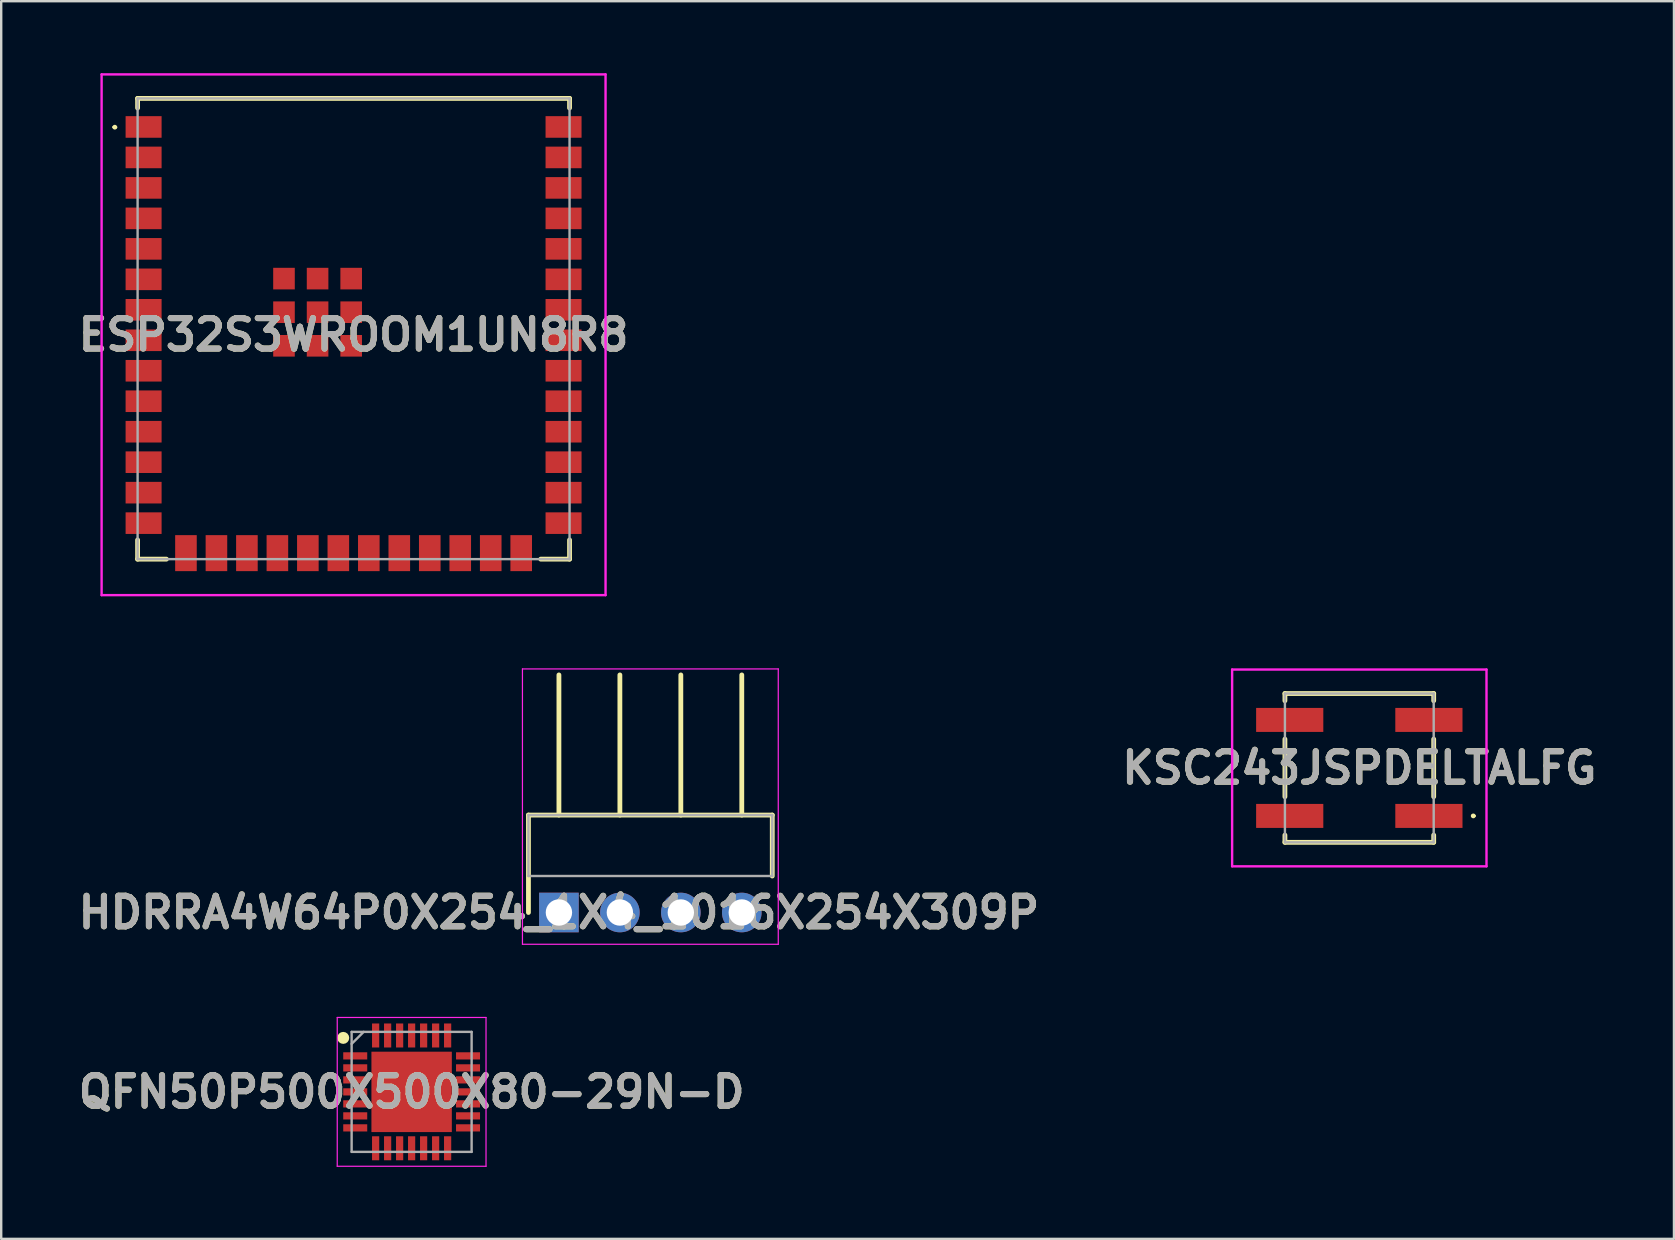
<source format=kicad_pcb>
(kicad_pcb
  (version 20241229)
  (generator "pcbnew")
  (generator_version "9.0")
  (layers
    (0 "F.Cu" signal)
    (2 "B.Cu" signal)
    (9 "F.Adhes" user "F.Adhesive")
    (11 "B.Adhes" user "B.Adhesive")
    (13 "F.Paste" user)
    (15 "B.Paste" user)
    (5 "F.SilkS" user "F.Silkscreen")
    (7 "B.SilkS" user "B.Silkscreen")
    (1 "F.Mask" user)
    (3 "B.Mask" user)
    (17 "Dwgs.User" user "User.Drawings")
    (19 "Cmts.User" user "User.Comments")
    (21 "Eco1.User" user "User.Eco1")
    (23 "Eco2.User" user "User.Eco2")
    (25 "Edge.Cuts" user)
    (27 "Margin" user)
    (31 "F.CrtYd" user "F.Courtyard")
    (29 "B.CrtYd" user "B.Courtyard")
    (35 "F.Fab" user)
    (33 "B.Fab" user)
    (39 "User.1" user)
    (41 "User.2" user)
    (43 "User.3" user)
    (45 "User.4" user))
  (footprint "KSC243JSPDELTALFG"
    (layer "F.Cu")
    (at 53.594 28.95)
    (property "Reference" "KSC243JSPDELTALFG" (at 0 0 0) (layer "F.SilkS") (effects (font (size 1.27 1.27) (thickness 0.254))))
    (attr smd)
    (fp_line (start -3.1 -3.1) (end -3.1 -2.8) (stroke (width 0.2) (type solid)) (layer "F.SilkS"))
    (fp_line (start -3.1 -1.2) (end -3.1 1.2) (stroke (width 0.2) (type solid)) (layer "F.SilkS"))
    (fp_line (start -3.1 2.8) (end -3.1 3.1) (stroke (width 0.2) (type solid)) (layer "F.SilkS"))
    (fp_line (start -3.1 3.1) (end 3.1 3.1) (stroke (width 0.2) (type solid)) (layer "F.SilkS"))
    (fp_line (start 3.1 -3.1) (end -3.1 -3.1) (stroke (width 0.2) (type solid)) (layer "F.SilkS"))
    (fp_line (start 3.1 -2.8) (end 3.1 -3.1) (stroke (width 0.2) (type solid)) (layer "F.SilkS"))
    (fp_line (start 3.1 1.2) (end 3.1 -1.2) (stroke (width 0.2) (type solid)) (layer "F.SilkS"))
    (fp_line (start 3.1 3.1) (end 3.1 2.8) (stroke (width 0.2) (type solid)) (layer "F.SilkS"))
    (fp_line (start 4.7 2) (end 4.7 2) (stroke (width 0.1) (type solid)) (layer "F.SilkS"))
    (fp_line (start 4.8 2) (end 4.8 2) (stroke (width 0.1) (type solid)) (layer "F.SilkS"))
    (fp_arc (start 4.7 2) (mid 4.75 1.95) (end 4.8 2) (stroke (width 0.1) (type solid)) (layer "F.SilkS"))
    (fp_arc (start 4.8 2) (mid 4.75 2.05) (end 4.7 2) (stroke (width 0.1) (type solid)) (layer "F.SilkS"))
    (fp_line (start -5.3 -4.1) (end 5.3 -4.1) (stroke (width 0.1) (type solid)) (layer "F.CrtYd"))
    (fp_line (start -5.3 4.1) (end -5.3 -4.1) (stroke (width 0.1) (type solid)) (layer "F.CrtYd"))
    (fp_line (start 5.3 -4.1) (end 5.3 4.1) (stroke (width 0.1) (type solid)) (layer "F.CrtYd"))
    (fp_line (start 5.3 4.1) (end -5.3 4.1) (stroke (width 0.1) (type solid)) (layer "F.CrtYd"))
    (fp_line (start -3.1 -3.1) (end -3.1 3.1) (stroke (width 0.1) (type solid)) (layer "F.Fab"))
    (fp_line (start -3.1 3.1) (end 3.1 3.1) (stroke (width 0.1) (type solid)) (layer "F.Fab"))
    (fp_line (start 3.1 -3.1) (end -3.1 -3.1) (stroke (width 0.1) (type solid)) (layer "F.Fab"))
    (fp_line (start 3.1 3.1) (end 3.1 -3.1) (stroke (width 0.1) (type solid)) (layer "F.Fab"))
    (fp_text user "${REFERENCE}" (at 0 0 0) (layer "F.Fab") (effects (font (size 1.27 1.27) (thickness 0.254))))
    (pad "1" smd rect (at 2.9 2 90) (size 1 2.8) (layers "F.Cu" "F.Mask" "F.Paste"))
    (pad "2" smd rect (at 2.9 -2 90) (size 1 2.8) (layers "F.Cu" "F.Mask" "F.Paste"))
    (pad "3" smd rect (at -2.9 -2 90) (size 1 2.8) (layers "F.Cu" "F.Mask" "F.Paste"))
    (pad "4" smd rect (at -2.9 2 90) (size 1 2.8) (layers "F.Cu" "F.Mask" "F.Paste")))
  (footprint "ESP32S3WROOM1UN8R8"
    (layer "F.Cu")
    (at 11.684 10.65)
    (property "Reference" "ESP32S3WROOM1UN8R8" (at 0 0.25 0) (layer "F.SilkS") (effects (font (size 1.27 1.27) (thickness 0.254))))
    (attr smd)
    (fp_line (start -10 -8.4) (end -10 -8.4) (stroke (width 0.1) (type solid)) (layer "F.SilkS"))
    (fp_line (start -9.9 -8.4) (end -9.9 -8.4) (stroke (width 0.1) (type solid)) (layer "F.SilkS"))
    (fp_line (start -9 -9.6) (end 9 -9.6) (stroke (width 0.2) (type solid)) (layer "F.SilkS"))
    (fp_line (start -9 -9.2) (end -9 -9.6) (stroke (width 0.2) (type solid)) (layer "F.SilkS"))
    (fp_line (start -9 8.8) (end -9 9.6) (stroke (width 0.2) (type solid)) (layer "F.SilkS"))
    (fp_line (start -9 9.6) (end -7.8 9.6) (stroke (width 0.2) (type solid)) (layer "F.SilkS"))
    (fp_line (start 7.8 9.6) (end 9 9.6) (stroke (width 0.2) (type solid)) (layer "F.SilkS"))
    (fp_line (start 9 -9.6) (end 9 -9.2) (stroke (width 0.2) (type solid)) (layer "F.SilkS"))
    (fp_line (start 9 9.6) (end 9 8.8) (stroke (width 0.2) (type solid)) (layer "F.SilkS"))
    (fp_arc (start -10 -8.4) (mid -9.95 -8.45) (end -9.9 -8.4) (stroke (width 0.1) (type solid)) (layer "F.SilkS"))
    (fp_arc (start -9.9 -8.4) (mid -9.95 -8.35) (end -10 -8.4) (stroke (width 0.1) (type solid)) (layer "F.SilkS"))
    (fp_line (start -10.5 -10.6) (end 10.5 -10.6) (stroke (width 0.1) (type solid)) (layer "F.CrtYd"))
    (fp_line (start -10.5 11.1) (end -10.5 -10.6) (stroke (width 0.1) (type solid)) (layer "F.CrtYd"))
    (fp_line (start 10.5 -10.6) (end 10.5 11.1) (stroke (width 0.1) (type solid)) (layer "F.CrtYd"))
    (fp_line (start 10.5 11.1) (end -10.5 11.1) (stroke (width 0.1) (type solid)) (layer "F.CrtYd"))
    (fp_line (start -9 -9.6) (end -9 9.6) (stroke (width 0.1) (type solid)) (layer "F.Fab"))
    (fp_line (start -9 9.6) (end 9 9.6) (stroke (width 0.1) (type solid)) (layer "F.Fab"))
    (fp_line (start 9 -9.6) (end -9 -9.6) (stroke (width 0.1) (type solid)) (layer "F.Fab"))
    (fp_line (start 9 9.6) (end 9 -9.6) (stroke (width 0.1) (type solid)) (layer "F.Fab"))
    (fp_text user "${REFERENCE}" (at 0 0.25 0) (layer "F.Fab") (effects (font (size 1.27 1.27) (thickness 0.254))))
    (pad "1" smd rect (at -8.75 -8.41 90) (size 0.9 1.5) (layers "F.Cu" "F.Mask" "F.Paste"))
    (pad "2" smd rect (at -8.75 -7.14 90) (size 0.9 1.5) (layers "F.Cu" "F.Mask" "F.Paste"))
    (pad "3" smd rect (at -8.75 -5.87 90) (size 0.9 1.5) (layers "F.Cu" "F.Mask" "F.Paste"))
    (pad "4" smd rect (at -8.75 -4.6 90) (size 0.9 1.5) (layers "F.Cu" "F.Mask" "F.Paste"))
    (pad "5" smd rect (at -8.75 -3.33 90) (size 0.9 1.5) (layers "F.Cu" "F.Mask" "F.Paste"))
    (pad "6" smd rect (at -8.75 -2.06 90) (size 0.9 1.5) (layers "F.Cu" "F.Mask" "F.Paste"))
    (pad "7" smd rect (at -8.75 -0.79 90) (size 0.9 1.5) (layers "F.Cu" "F.Mask" "F.Paste"))
    (pad "8" smd rect (at -8.75 0.48 90) (size 0.9 1.5) (layers "F.Cu" "F.Mask" "F.Paste"))
    (pad "9" smd rect (at -8.75 1.75 90) (size 0.9 1.5) (layers "F.Cu" "F.Mask" "F.Paste"))
    (pad "10" smd rect (at -8.75 3.02 90) (size 0.9 1.5) (layers "F.Cu" "F.Mask" "F.Paste"))
    (pad "11" smd rect (at -8.75 4.29 90) (size 0.9 1.5) (layers "F.Cu" "F.Mask" "F.Paste"))
    (pad "12" smd rect (at -8.75 5.56 90) (size 0.9 1.5) (layers "F.Cu" "F.Mask" "F.Paste"))
    (pad "13" smd rect (at -8.75 6.83 90) (size 0.9 1.5) (layers "F.Cu" "F.Mask" "F.Paste"))
    (pad "14" smd rect (at -8.75 8.1 90) (size 0.9 1.5) (layers "F.Cu" "F.Mask" "F.Paste"))
    (pad "15" smd rect (at -6.985 9.35) (size 0.9 1.5) (layers "F.Cu" "F.Mask" "F.Paste"))
    (pad "16" smd rect (at -5.715 9.35) (size 0.9 1.5) (layers "F.Cu" "F.Mask" "F.Paste"))
    (pad "17" smd rect (at -4.445 9.35) (size 0.9 1.5) (layers "F.Cu" "F.Mask" "F.Paste"))
    (pad "18" smd rect (at -3.175 9.35) (size 0.9 1.5) (layers "F.Cu" "F.Mask" "F.Paste"))
    (pad "19" smd rect (at -1.905 9.35) (size 0.9 1.5) (layers "F.Cu" "F.Mask" "F.Paste"))
    (pad "20" smd rect (at -0.635 9.35) (size 0.9 1.5) (layers "F.Cu" "F.Mask" "F.Paste"))
    (pad "21" smd rect (at 0.635 9.35) (size 0.9 1.5) (layers "F.Cu" "F.Mask" "F.Paste"))
    (pad "22" smd rect (at 1.905 9.35) (size 0.9 1.5) (layers "F.Cu" "F.Mask" "F.Paste"))
    (pad "23" smd rect (at 3.175 9.35) (size 0.9 1.5) (layers "F.Cu" "F.Mask" "F.Paste"))
    (pad "24" smd rect (at 4.445 9.35) (size 0.9 1.5) (layers "F.Cu" "F.Mask" "F.Paste"))
    (pad "25" smd rect (at 5.715 9.35) (size 0.9 1.5) (layers "F.Cu" "F.Mask" "F.Paste"))
    (pad "26" smd rect (at 6.985 9.35) (size 0.9 1.5) (layers "F.Cu" "F.Mask" "F.Paste"))
    (pad "27" smd rect (at 8.75 8.1 90) (size 0.9 1.5) (layers "F.Cu" "F.Mask" "F.Paste"))
    (pad "28" smd rect (at 8.75 6.83 90) (size 0.9 1.5) (layers "F.Cu" "F.Mask" "F.Paste"))
    (pad "29" smd rect (at 8.75 5.56 90) (size 0.9 1.5) (layers "F.Cu" "F.Mask" "F.Paste"))
    (pad "30" smd rect (at 8.75 4.29 90) (size 0.9 1.5) (layers "F.Cu" "F.Mask" "F.Paste"))
    (pad "31" smd rect (at 8.75 3.02 90) (size 0.9 1.5) (layers "F.Cu" "F.Mask" "F.Paste"))
    (pad "32" smd rect (at 8.75 1.75 90) (size 0.9 1.5) (layers "F.Cu" "F.Mask" "F.Paste"))
    (pad "33" smd rect (at 8.75 0.48 90) (size 0.9 1.5) (layers "F.Cu" "F.Mask" "F.Paste"))
    (pad "34" smd rect (at 8.75 -0.79 90) (size 0.9 1.5) (layers "F.Cu" "F.Mask" "F.Paste"))
    (pad "35" smd rect (at 8.75 -2.06 90) (size 0.9 1.5) (layers "F.Cu" "F.Mask" "F.Paste"))
    (pad "36" smd rect (at 8.75 -3.33 90) (size 0.9 1.5) (layers "F.Cu" "F.Mask" "F.Paste"))
    (pad "37" smd rect (at 8.75 -4.6 90) (size 0.9 1.5) (layers "F.Cu" "F.Mask" "F.Paste"))
    (pad "38" smd rect (at 8.75 -5.87 90) (size 0.9 1.5) (layers "F.Cu" "F.Mask" "F.Paste"))
    (pad "39" smd rect (at 8.75 -7.14 90) (size 0.9 1.5) (layers "F.Cu" "F.Mask" "F.Paste"))
    (pad "40" smd rect (at 8.75 -8.41 90) (size 0.9 1.5) (layers "F.Cu" "F.Mask" "F.Paste"))
    (pad "41" smd rect (at -1.5 -0.69 90) (size 0.9 0.9) (layers "F.Cu" "F.Mask" "F.Paste"))
    (pad "42" smd rect (at -2.9 -2.09 90) (size 0.9 0.9) (layers "F.Cu" "F.Mask" "F.Paste"))
    (pad "43" smd rect (at -2.9 -0.69 90) (size 0.9 0.9) (layers "F.Cu" "F.Mask" "F.Paste"))
    (pad "44" smd rect (at -2.9 0.71 90) (size 0.9 0.9) (layers "F.Cu" "F.Mask" "F.Paste"))
    (pad "45" smd rect (at -1.5 0.71 90) (size 0.9 0.9) (layers "F.Cu" "F.Mask" "F.Paste"))
    (pad "46" smd rect (at -0.1 0.71 90) (size 0.9 0.9) (layers "F.Cu" "F.Mask" "F.Paste"))
    (pad "47" smd rect (at -0.1 -0.69 90) (size 0.9 0.9) (layers "F.Cu" "F.Mask" "F.Paste"))
    (pad "48" smd rect (at -0.1 -2.09 90) (size 0.9 0.9) (layers "F.Cu" "F.Mask" "F.Paste"))
    (pad "49" smd rect (at -1.5 -2.09 90) (size 0.9 0.9) (layers "F.Cu" "F.Mask" "F.Paste")))
  (footprint "HDRRA4W64P0X254_1X4_1016X254X309P"
    (layer "F.Cu")
    (at 20.241 34.975)
    (property "Reference" "HDRRA4W64P0X254_1X4_1016X254X309P" (at 0 0 0) (layer "F.SilkS") (effects (font (size 1.27 1.27) (thickness 0.254))))
    (attr through_hole)
    (fp_line (start -1.27 -4.06) (end 8.89 -4.06) (stroke (width 0.2) (type solid)) (layer "F.SilkS"))
    (fp_line (start -1.27 0) (end -1.27 -4.06) (stroke (width 0.2) (type solid)) (layer "F.SilkS"))
    (fp_line (start 0 -4.06) (end 0 -9.9) (stroke (width 0.2) (type solid)) (layer "F.SilkS"))
    (fp_line (start 2.54 -4.06) (end 2.54 -9.9) (stroke (width 0.2) (type solid)) (layer "F.SilkS"))
    (fp_line (start 5.08 -4.06) (end 5.08 -9.9) (stroke (width 0.2) (type solid)) (layer "F.SilkS"))
    (fp_line (start 7.62 -4.06) (end 7.62 -9.9) (stroke (width 0.2) (type solid)) (layer "F.SilkS"))
    (fp_line (start 8.89 -4.06) (end 8.89 -1.52) (stroke (width 0.2) (type solid)) (layer "F.SilkS"))
    (fp_line (start -1.52 -10.15) (end -1.52 1.325) (stroke (width 0.05) (type solid)) (layer "F.CrtYd"))
    (fp_line (start -1.52 1.325) (end 9.14 1.325) (stroke (width 0.05) (type solid)) (layer "F.CrtYd"))
    (fp_line (start 9.14 -10.15) (end -1.52 -10.15) (stroke (width 0.05) (type solid)) (layer "F.CrtYd"))
    (fp_line (start 9.14 1.325) (end 9.14 -10.15) (stroke (width 0.05) (type solid)) (layer "F.CrtYd"))
    (fp_line (start -1.27 -4.06) (end 8.89 -4.06) (stroke (width 0.1) (type solid)) (layer "F.Fab"))
    (fp_line (start -1.27 -1.52) (end -1.27 -4.06) (stroke (width 0.1) (type solid)) (layer "F.Fab"))
    (fp_line (start 8.89 -4.06) (end 8.89 -1.52) (stroke (width 0.1) (type solid)) (layer "F.Fab"))
    (fp_line (start 8.89 -1.52) (end -1.27 -1.52) (stroke (width 0.1) (type solid)) (layer "F.Fab"))
    (fp_text user "${REFERENCE}" (at 0 0 0) (layer "F.Fab") (effects (font (size 1.27 1.27) (thickness 0.254))))
    (pad "1" thru_hole rect (at 0 0) (size 1.65 1.65) (drill 1.1) (layers "*.Cu" "*.Mask"))
    (pad "2" thru_hole circle (at 2.54 0) (size 1.65 1.65) (drill 1.1) (layers "*.Cu" "*.Mask"))
    (pad "3" thru_hole circle (at 5.08 0) (size 1.65 1.65) (drill 1.1) (layers "*.Cu" "*.Mask"))
    (pad "4" thru_hole circle (at 7.62 0) (size 1.65 1.65) (drill 1.1) (layers "*.Cu" "*.Mask")))
  (footprint "QFN50P500X500X80-29N-D"
    (layer "F.Cu")
    (at 14.103 42.45)
    (property "Reference" "QFN50P500X500X80-29N-D" (at 0 0 0) (layer "F.SilkS") (effects (font (size 1.27 1.27) (thickness 0.254))))
    (attr smd)
    (fp_circle (center -2.85 -2.25) (end -2.85 -2.125) (stroke (width 0.25) (type solid)) (fill no) (layer "F.SilkS"))
    (fp_line (start -3.1 -3.1) (end 3.1 -3.1) (stroke (width 0.05) (type solid)) (layer "F.CrtYd"))
    (fp_line (start -3.1 3.1) (end -3.1 -3.1) (stroke (width 0.05) (type solid)) (layer "F.CrtYd"))
    (fp_line (start 3.1 -3.1) (end 3.1 3.1) (stroke (width 0.05) (type solid)) (layer "F.CrtYd"))
    (fp_line (start 3.1 3.1) (end -3.1 3.1) (stroke (width 0.05) (type solid)) (layer "F.CrtYd"))
    (fp_line (start -2.5 -2.5) (end 2.5 -2.5) (stroke (width 0.1) (type solid)) (layer "F.Fab"))
    (fp_line (start -2.5 -2) (end -2 -2.5) (stroke (width 0.1) (type solid)) (layer "F.Fab"))
    (fp_line (start -2.5 2.5) (end -2.5 -2.5) (stroke (width 0.1) (type solid)) (layer "F.Fab"))
    (fp_line (start 2.5 -2.5) (end 2.5 2.5) (stroke (width 0.1) (type solid)) (layer "F.Fab"))
    (fp_line (start 2.5 2.5) (end -2.5 2.5) (stroke (width 0.1) (type solid)) (layer "F.Fab"))
    (fp_text user "${REFERENCE}" (at 0 0 0) (layer "F.Fab") (effects (font (size 1.27 1.27) (thickness 0.254))))
    (pad "1" smd rect (at -2.35 -1.5 90) (size 0.3 1) (layers "F.Cu" "F.Mask" "F.Paste"))
    (pad "2" smd rect (at -2.35 -1 90) (size 0.3 1) (layers "F.Cu" "F.Mask" "F.Paste"))
    (pad "3" smd rect (at -2.35 -0.5 90) (size 0.3 1) (layers "F.Cu" "F.Mask" "F.Paste"))
    (pad "4" smd rect (at -2.35 0 90) (size 0.3 1) (layers "F.Cu" "F.Mask" "F.Paste"))
    (pad "5" smd rect (at -2.35 0.5 90) (size 0.3 1) (layers "F.Cu" "F.Mask" "F.Paste"))
    (pad "6" smd rect (at -2.35 1 90) (size 0.3 1) (layers "F.Cu" "F.Mask" "F.Paste"))
    (pad "7" smd rect (at -2.35 1.5 90) (size 0.3 1) (layers "F.Cu" "F.Mask" "F.Paste"))
    (pad "8" smd rect (at -1.5 2.35) (size 0.3 1) (layers "F.Cu" "F.Mask" "F.Paste"))
    (pad "9" smd rect (at -1 2.35) (size 0.3 1) (layers "F.Cu" "F.Mask" "F.Paste"))
    (pad "10" smd rect (at -0.5 2.35) (size 0.3 1) (layers "F.Cu" "F.Mask" "F.Paste"))
    (pad "11" smd rect (at 0 2.35) (size 0.3 1) (layers "F.Cu" "F.Mask" "F.Paste"))
    (pad "12" smd rect (at 0.5 2.35) (size 0.3 1) (layers "F.Cu" "F.Mask" "F.Paste"))
    (pad "13" smd rect (at 1 2.35) (size 0.3 1) (layers "F.Cu" "F.Mask" "F.Paste"))
    (pad "14" smd rect (at 1.5 2.35) (size 0.3 1) (layers "F.Cu" "F.Mask" "F.Paste"))
    (pad "15" smd rect (at 2.35 1.5 90) (size 0.3 1) (layers "F.Cu" "F.Mask" "F.Paste"))
    (pad "16" smd rect (at 2.35 1 90) (size 0.3 1) (layers "F.Cu" "F.Mask" "F.Paste"))
    (pad "17" smd rect (at 2.35 0.5 90) (size 0.3 1) (layers "F.Cu" "F.Mask" "F.Paste"))
    (pad "18" smd rect (at 2.35 0 90) (size 0.3 1) (layers "F.Cu" "F.Mask" "F.Paste"))
    (pad "19" smd rect (at 2.35 -0.5 90) (size 0.3 1) (layers "F.Cu" "F.Mask" "F.Paste"))
    (pad "20" smd rect (at 2.35 -1 90) (size 0.3 1) (layers "F.Cu" "F.Mask" "F.Paste"))
    (pad "21" smd rect (at 2.35 -1.5 90) (size 0.3 1) (layers "F.Cu" "F.Mask" "F.Paste"))
    (pad "22" smd rect (at 1.5 -2.35) (size 0.3 1) (layers "F.Cu" "F.Mask" "F.Paste"))
    (pad "23" smd rect (at 1 -2.35) (size 0.3 1) (layers "F.Cu" "F.Mask" "F.Paste"))
    (pad "24" smd rect (at 0.5 -2.35) (size 0.3 1) (layers "F.Cu" "F.Mask" "F.Paste"))
    (pad "25" smd rect (at 0 -2.35) (size 0.3 1) (layers "F.Cu" "F.Mask" "F.Paste"))
    (pad "26" smd rect (at -0.5 -2.35) (size 0.3 1) (layers "F.Cu" "F.Mask" "F.Paste"))
    (pad "27" smd rect (at -1 -2.35) (size 0.3 1) (layers "F.Cu" "F.Mask" "F.Paste"))
    (pad "28" smd rect (at -1.5 -2.35) (size 0.3 1) (layers "F.Cu" "F.Mask" "F.Paste"))
    (pad "29" smd rect (at 0 0) (size 3.35 3.35) (layers "F.Cu" "F.Mask" "F.Paste")))
  (gr_rect
    (start -3 -3)
    (end 66.706 48.575)
    (stroke (width 0.1) (type default))
    (fill no)
    (layer "Edge.Cuts")))
</source>
